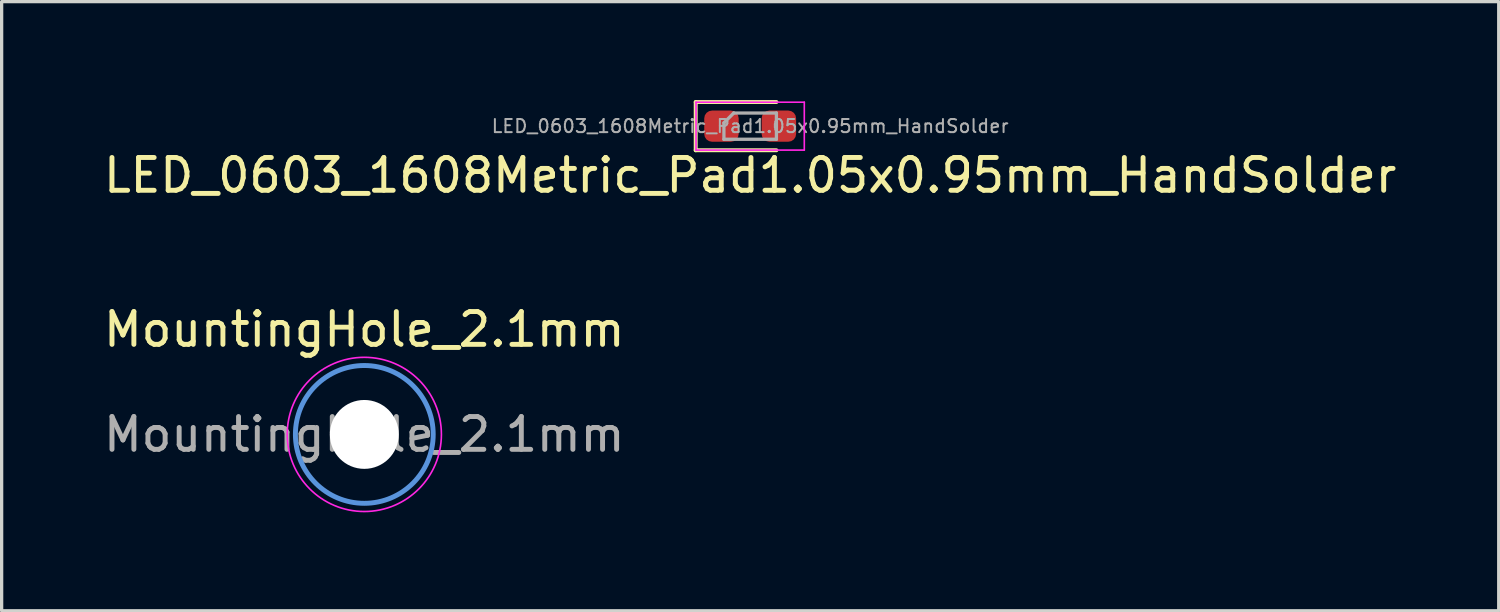
<source format=kicad_pcb>
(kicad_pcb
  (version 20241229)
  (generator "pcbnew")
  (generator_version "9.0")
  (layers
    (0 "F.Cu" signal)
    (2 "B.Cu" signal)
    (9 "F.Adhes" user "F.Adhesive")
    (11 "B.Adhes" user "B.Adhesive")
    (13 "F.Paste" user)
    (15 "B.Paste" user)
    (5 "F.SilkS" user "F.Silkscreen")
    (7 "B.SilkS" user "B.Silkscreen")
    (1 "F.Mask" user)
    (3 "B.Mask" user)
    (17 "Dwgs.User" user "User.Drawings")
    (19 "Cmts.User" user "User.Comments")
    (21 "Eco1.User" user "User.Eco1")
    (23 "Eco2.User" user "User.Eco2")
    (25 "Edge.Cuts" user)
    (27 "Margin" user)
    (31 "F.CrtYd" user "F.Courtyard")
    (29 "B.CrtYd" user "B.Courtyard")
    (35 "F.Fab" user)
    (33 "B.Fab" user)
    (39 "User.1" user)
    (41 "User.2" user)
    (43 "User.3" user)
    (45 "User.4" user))
  (footprint "LED_0603_1608Metric_Pad1.05x0.95mm_HandSolder"
    (layer "F.Cu")
    (at 19.815 0.795)
    (property "Reference" "LED_0603_1608Metric_Pad1.05x0.95mm_HandSolder" (at 0 1.5 0) (layer "F.SilkS") (effects (font (size 1 1) (thickness 0.15))))
    (attr smd)
    (fp_line (start -1.66 -0.735) (end -1.66 0.735) (stroke (width 0.12) (type solid)) (layer "F.SilkS"))
    (fp_line (start -1.66 0.735) (end 0.8 0.735) (stroke (width 0.12) (type solid)) (layer "F.SilkS"))
    (fp_line (start 0.8 -0.735) (end -1.66 -0.735) (stroke (width 0.12) (type solid)) (layer "F.SilkS"))
    (fp_line (start -1.65 -0.73) (end 1.65 -0.73) (stroke (width 0.05) (type solid)) (layer "F.CrtYd"))
    (fp_line (start -1.65 0.73) (end -1.65 -0.73) (stroke (width 0.05) (type solid)) (layer "F.CrtYd"))
    (fp_line (start 1.65 -0.73) (end 1.65 0.73) (stroke (width 0.05) (type solid)) (layer "F.CrtYd"))
    (fp_line (start 1.65 0.73) (end -1.65 0.73) (stroke (width 0.05) (type solid)) (layer "F.CrtYd"))
    (fp_line (start -0.8 -0.1) (end -0.8 0.4) (stroke (width 0.1) (type solid)) (layer "F.Fab"))
    (fp_line (start -0.8 0.4) (end 0.8 0.4) (stroke (width 0.1) (type solid)) (layer "F.Fab"))
    (fp_line (start -0.5 -0.4) (end -0.8 -0.1) (stroke (width 0.1) (type solid)) (layer "F.Fab"))
    (fp_line (start 0.8 -0.4) (end -0.5 -0.4) (stroke (width 0.1) (type solid)) (layer "F.Fab"))
    (fp_line (start 0.8 0.4) (end 0.8 -0.4) (stroke (width 0.1) (type solid)) (layer "F.Fab"))
    (fp_text user "${REFERENCE}" (at 0 0 0) (layer "F.Fab") (effects (font (size 0.4 0.4) (thickness 0.06))))
    (pad "1" smd roundrect (at -0.875 0) (size 1.05 0.95) (layers "F.Cu" "F.Mask" "F.Paste") (roundrect_rratio 0.25))
    (pad "2" smd roundrect (at 0.875 0) (size 1.05 0.95) (layers "F.Cu" "F.Mask" "F.Paste") (roundrect_rratio 0.25)))
  (footprint "MountingHole_2.1mm"
    (layer "F.Cu")
    (at 8.054 10.191)
    (property "Reference" "MountingHole_2.1mm" (at 0 -3.2 0) (layer "F.SilkS") (effects (font (size 1 1) (thickness 0.15))))
    (attr exclude_from_pos_files exclude_from_bom)
    (fp_circle (center 0 0) (end 2.1 0) (stroke (width 0.15) (type solid)) (fill no) (layer "Cmts.User"))
    (fp_circle (center 0 0) (end 2.35 0) (stroke (width 0.05) (type solid)) (fill no) (layer "F.CrtYd"))
    (fp_text user "${REFERENCE}" (at 0 0 0) (layer "F.Fab") (effects (font (size 1 1) (thickness 0.15))))
    (pad "" np_thru_hole circle (at 0 0) (size 2.1 2.1) (drill 2.1) (layers "*.Cu" "*.Mask")))
  (gr_rect
    (start -3 -3)
    (end 42.631 15.566)
    (stroke (width 0.1) (type default))
    (fill no)
    (layer "Edge.Cuts")))
</source>
